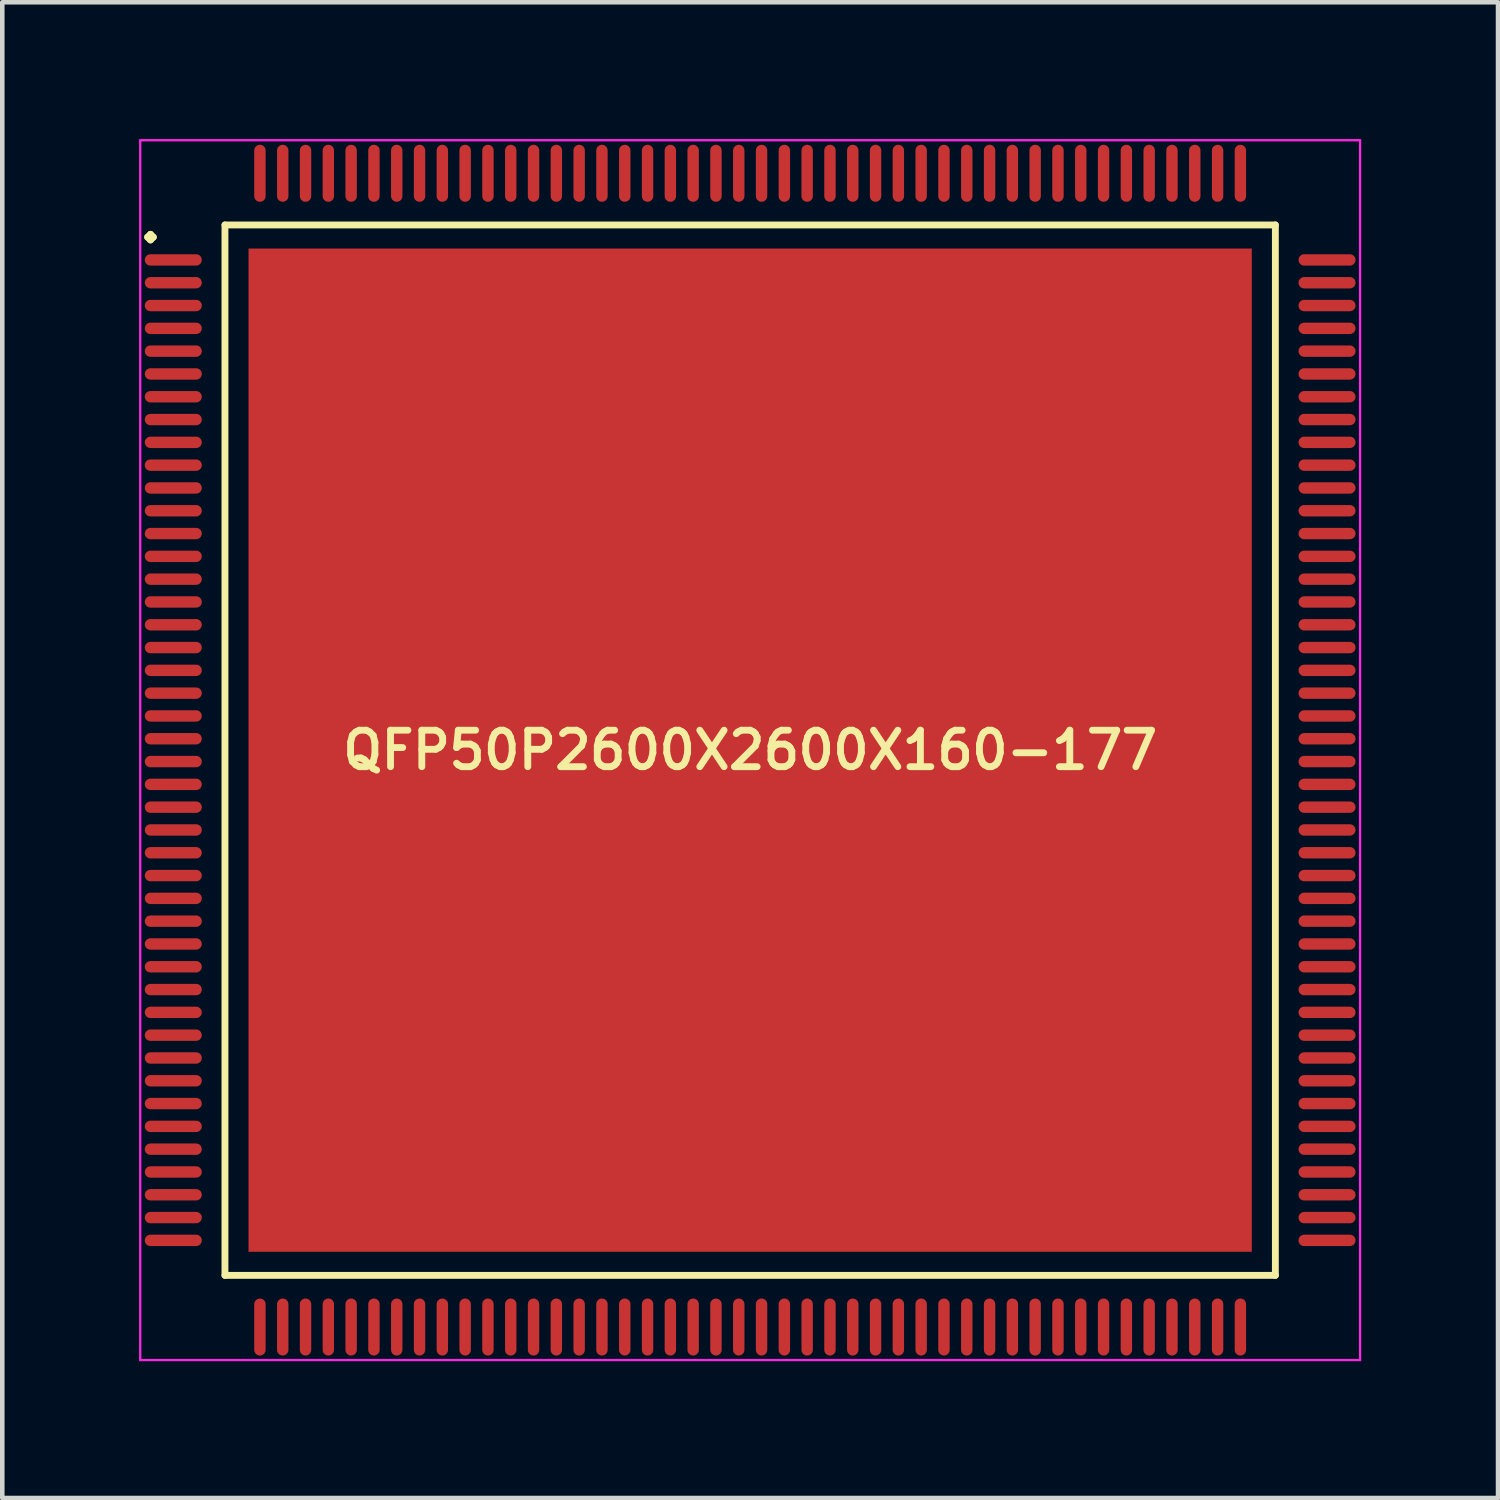
<source format=kicad_pcb>
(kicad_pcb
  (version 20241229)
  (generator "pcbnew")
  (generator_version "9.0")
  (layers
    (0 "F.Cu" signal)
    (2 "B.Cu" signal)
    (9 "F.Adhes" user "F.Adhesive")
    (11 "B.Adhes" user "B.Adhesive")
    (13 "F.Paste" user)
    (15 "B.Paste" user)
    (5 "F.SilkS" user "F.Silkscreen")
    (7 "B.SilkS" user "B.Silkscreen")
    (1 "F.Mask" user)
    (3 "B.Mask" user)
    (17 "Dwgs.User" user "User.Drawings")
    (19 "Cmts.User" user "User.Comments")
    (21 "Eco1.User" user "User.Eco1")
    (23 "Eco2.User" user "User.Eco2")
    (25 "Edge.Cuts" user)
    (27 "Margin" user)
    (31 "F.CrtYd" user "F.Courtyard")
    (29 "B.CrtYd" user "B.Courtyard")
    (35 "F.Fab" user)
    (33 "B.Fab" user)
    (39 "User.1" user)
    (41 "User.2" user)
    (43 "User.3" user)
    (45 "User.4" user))
  (footprint "QFP50P2600X2600X160-177"
    (layer "F.Cu")
    (at 13.4 13.4)
    (property "Reference" "QFP50P2600X2600X160-177" (at 0 0 0) (layer "F.SilkS") (effects (font (size 0.8 0.8) (thickness 0.15))))
    (attr smd)
    (fp_line (start -13.213 -11.25) (end -13.15 -11.312) (stroke (width 0.15) (type solid)) (layer "F.SilkS"))
    (fp_line (start -13.15 -11.312) (end -13.088 -11.25) (stroke (width 0.15) (type solid)) (layer "F.SilkS"))
    (fp_line (start -13.15 -11.188) (end -13.213 -11.25) (stroke (width 0.15) (type solid)) (layer "F.SilkS"))
    (fp_line (start -13.088 -11.25) (end -13.15 -11.188) (stroke (width 0.15) (type solid)) (layer "F.SilkS"))
    (fp_line (start -11.517 -11.517) (end -11.517 11.517) (stroke (width 0.15) (type solid)) (layer "F.SilkS"))
    (fp_line (start -11.517 11.517) (end 11.517 11.517) (stroke (width 0.15) (type solid)) (layer "F.SilkS"))
    (fp_line (start 11.517 -11.517) (end -11.517 -11.517) (stroke (width 0.15) (type solid)) (layer "F.SilkS"))
    (fp_line (start 11.517 11.517) (end 11.517 -11.517) (stroke (width 0.15) (type solid)) (layer "F.SilkS"))
    (fp_line (start -13.375 -13.375) (end 13.375 -13.375) (stroke (width 0.05) (type solid)) (layer "F.CrtYd"))
    (fp_line (start -13.375 13.375) (end -13.375 -13.375) (stroke (width 0.05) (type solid)) (layer "F.CrtYd"))
    (fp_line (start 13.375 -13.375) (end 13.375 13.375) (stroke (width 0.05) (type solid)) (layer "F.CrtYd"))
    (fp_line (start 13.375 13.375) (end -13.375 13.375) (stroke (width 0.05) (type solid)) (layer "F.CrtYd"))
    (pad "1" smd oval (at -12.65 -10.75) (size 1.25 0.25) (layers "F.Cu" "F.Mask" "F.Paste"))
    (pad "2" smd oval (at -12.65 -10.25) (size 1.25 0.25) (layers "F.Cu" "F.Mask" "F.Paste"))
    (pad "3" smd oval (at -12.65 -9.75) (size 1.25 0.25) (layers "F.Cu" "F.Mask" "F.Paste"))
    (pad "4" smd oval (at -12.65 -9.25) (size 1.25 0.25) (layers "F.Cu" "F.Mask" "F.Paste"))
    (pad "5" smd oval (at -12.65 -8.75) (size 1.25 0.25) (layers "F.Cu" "F.Mask" "F.Paste"))
    (pad "6" smd oval (at -12.65 -8.25) (size 1.25 0.25) (layers "F.Cu" "F.Mask" "F.Paste"))
    (pad "7" smd oval (at -12.65 -7.75) (size 1.25 0.25) (layers "F.Cu" "F.Mask" "F.Paste"))
    (pad "8" smd oval (at -12.65 -7.25) (size 1.25 0.25) (layers "F.Cu" "F.Mask" "F.Paste"))
    (pad "9" smd oval (at -12.65 -6.75) (size 1.25 0.25) (layers "F.Cu" "F.Mask" "F.Paste"))
    (pad "10" smd oval (at -12.65 -6.25) (size 1.25 0.25) (layers "F.Cu" "F.Mask" "F.Paste"))
    (pad "11" smd oval (at -12.65 -5.75) (size 1.25 0.25) (layers "F.Cu" "F.Mask" "F.Paste"))
    (pad "12" smd oval (at -12.65 -5.25) (size 1.25 0.25) (layers "F.Cu" "F.Mask" "F.Paste"))
    (pad "13" smd oval (at -12.65 -4.75) (size 1.25 0.25) (layers "F.Cu" "F.Mask" "F.Paste"))
    (pad "14" smd oval (at -12.65 -4.25) (size 1.25 0.25) (layers "F.Cu" "F.Mask" "F.Paste"))
    (pad "15" smd oval (at -12.65 -3.75) (size 1.25 0.25) (layers "F.Cu" "F.Mask" "F.Paste"))
    (pad "16" smd oval (at -12.65 -3.25) (size 1.25 0.25) (layers "F.Cu" "F.Mask" "F.Paste"))
    (pad "17" smd oval (at -12.65 -2.75) (size 1.25 0.25) (layers "F.Cu" "F.Mask" "F.Paste"))
    (pad "18" smd oval (at -12.65 -2.25) (size 1.25 0.25) (layers "F.Cu" "F.Mask" "F.Paste"))
    (pad "19" smd oval (at -12.65 -1.75) (size 1.25 0.25) (layers "F.Cu" "F.Mask" "F.Paste"))
    (pad "20" smd oval (at -12.65 -1.25) (size 1.25 0.25) (layers "F.Cu" "F.Mask" "F.Paste"))
    (pad "21" smd oval (at -12.65 -0.75) (size 1.25 0.25) (layers "F.Cu" "F.Mask" "F.Paste"))
    (pad "22" smd oval (at -12.65 -0.25) (size 1.25 0.25) (layers "F.Cu" "F.Mask" "F.Paste"))
    (pad "23" smd oval (at -12.65 0.25) (size 1.25 0.25) (layers "F.Cu" "F.Mask" "F.Paste"))
    (pad "24" smd oval (at -12.65 0.75) (size 1.25 0.25) (layers "F.Cu" "F.Mask" "F.Paste"))
    (pad "25" smd oval (at -12.65 1.25) (size 1.25 0.25) (layers "F.Cu" "F.Mask" "F.Paste"))
    (pad "26" smd oval (at -12.65 1.75) (size 1.25 0.25) (layers "F.Cu" "F.Mask" "F.Paste"))
    (pad "27" smd oval (at -12.65 2.25) (size 1.25 0.25) (layers "F.Cu" "F.Mask" "F.Paste"))
    (pad "28" smd oval (at -12.65 2.75) (size 1.25 0.25) (layers "F.Cu" "F.Mask" "F.Paste"))
    (pad "29" smd oval (at -12.65 3.25) (size 1.25 0.25) (layers "F.Cu" "F.Mask" "F.Paste"))
    (pad "30" smd oval (at -12.65 3.75) (size 1.25 0.25) (layers "F.Cu" "F.Mask" "F.Paste"))
    (pad "31" smd oval (at -12.65 4.25) (size 1.25 0.25) (layers "F.Cu" "F.Mask" "F.Paste"))
    (pad "32" smd oval (at -12.65 4.75) (size 1.25 0.25) (layers "F.Cu" "F.Mask" "F.Paste"))
    (pad "33" smd oval (at -12.65 5.25) (size 1.25 0.25) (layers "F.Cu" "F.Mask" "F.Paste"))
    (pad "34" smd oval (at -12.65 5.75) (size 1.25 0.25) (layers "F.Cu" "F.Mask" "F.Paste"))
    (pad "35" smd oval (at -12.65 6.25) (size 1.25 0.25) (layers "F.Cu" "F.Mask" "F.Paste"))
    (pad "36" smd oval (at -12.65 6.75) (size 1.25 0.25) (layers "F.Cu" "F.Mask" "F.Paste"))
    (pad "37" smd oval (at -12.65 7.25) (size 1.25 0.25) (layers "F.Cu" "F.Mask" "F.Paste"))
    (pad "38" smd oval (at -12.65 7.75) (size 1.25 0.25) (layers "F.Cu" "F.Mask" "F.Paste"))
    (pad "39" smd oval (at -12.65 8.25) (size 1.25 0.25) (layers "F.Cu" "F.Mask" "F.Paste"))
    (pad "40" smd oval (at -12.65 8.75) (size 1.25 0.25) (layers "F.Cu" "F.Mask" "F.Paste"))
    (pad "41" smd oval (at -12.65 9.25) (size 1.25 0.25) (layers "F.Cu" "F.Mask" "F.Paste"))
    (pad "42" smd oval (at -12.65 9.75) (size 1.25 0.25) (layers "F.Cu" "F.Mask" "F.Paste"))
    (pad "43" smd oval (at -12.65 10.25) (size 1.25 0.25) (layers "F.Cu" "F.Mask" "F.Paste"))
    (pad "44" smd oval (at -12.65 10.75) (size 1.25 0.25) (layers "F.Cu" "F.Mask" "F.Paste"))
    (pad "45" smd oval (at -10.75 12.65) (size 0.25 1.25) (layers "F.Cu" "F.Mask" "F.Paste"))
    (pad "46" smd oval (at -10.25 12.65) (size 0.25 1.25) (layers "F.Cu" "F.Mask" "F.Paste"))
    (pad "47" smd oval (at -9.75 12.65) (size 0.25 1.25) (layers "F.Cu" "F.Mask" "F.Paste"))
    (pad "48" smd oval (at -9.25 12.65) (size 0.25 1.25) (layers "F.Cu" "F.Mask" "F.Paste"))
    (pad "49" smd oval (at -8.75 12.65) (size 0.25 1.25) (layers "F.Cu" "F.Mask" "F.Paste"))
    (pad "50" smd oval (at -8.25 12.65) (size 0.25 1.25) (layers "F.Cu" "F.Mask" "F.Paste"))
    (pad "51" smd oval (at -7.75 12.65) (size 0.25 1.25) (layers "F.Cu" "F.Mask" "F.Paste"))
    (pad "52" smd oval (at -7.25 12.65) (size 0.25 1.25) (layers "F.Cu" "F.Mask" "F.Paste"))
    (pad "53" smd oval (at -6.75 12.65) (size 0.25 1.25) (layers "F.Cu" "F.Mask" "F.Paste"))
    (pad "54" smd oval (at -6.25 12.65) (size 0.25 1.25) (layers "F.Cu" "F.Mask" "F.Paste"))
    (pad "55" smd oval (at -5.75 12.65) (size 0.25 1.25) (layers "F.Cu" "F.Mask" "F.Paste"))
    (pad "56" smd oval (at -5.25 12.65) (size 0.25 1.25) (layers "F.Cu" "F.Mask" "F.Paste"))
    (pad "57" smd oval (at -4.75 12.65) (size 0.25 1.25) (layers "F.Cu" "F.Mask" "F.Paste"))
    (pad "58" smd oval (at -4.25 12.65) (size 0.25 1.25) (layers "F.Cu" "F.Mask" "F.Paste"))
    (pad "59" smd oval (at -3.75 12.65) (size 0.25 1.25) (layers "F.Cu" "F.Mask" "F.Paste"))
    (pad "60" smd oval (at -3.25 12.65) (size 0.25 1.25) (layers "F.Cu" "F.Mask" "F.Paste"))
    (pad "61" smd oval (at -2.75 12.65) (size 0.25 1.25) (layers "F.Cu" "F.Mask" "F.Paste"))
    (pad "62" smd oval (at -2.25 12.65) (size 0.25 1.25) (layers "F.Cu" "F.Mask" "F.Paste"))
    (pad "63" smd oval (at -1.75 12.65) (size 0.25 1.25) (layers "F.Cu" "F.Mask" "F.Paste"))
    (pad "64" smd oval (at -1.25 12.65) (size 0.25 1.25) (layers "F.Cu" "F.Mask" "F.Paste"))
    (pad "65" smd oval (at -0.75 12.65) (size 0.25 1.25) (layers "F.Cu" "F.Mask" "F.Paste"))
    (pad "66" smd oval (at -0.25 12.65) (size 0.25 1.25) (layers "F.Cu" "F.Mask" "F.Paste"))
    (pad "67" smd oval (at 0.25 12.65) (size 0.25 1.25) (layers "F.Cu" "F.Mask" "F.Paste"))
    (pad "68" smd oval (at 0.75 12.65) (size 0.25 1.25) (layers "F.Cu" "F.Mask" "F.Paste"))
    (pad "69" smd oval (at 1.25 12.65) (size 0.25 1.25) (layers "F.Cu" "F.Mask" "F.Paste"))
    (pad "70" smd oval (at 1.75 12.65) (size 0.25 1.25) (layers "F.Cu" "F.Mask" "F.Paste"))
    (pad "71" smd oval (at 2.25 12.65) (size 0.25 1.25) (layers "F.Cu" "F.Mask" "F.Paste"))
    (pad "72" smd oval (at 2.75 12.65) (size 0.25 1.25) (layers "F.Cu" "F.Mask" "F.Paste"))
    (pad "73" smd oval (at 3.25 12.65) (size 0.25 1.25) (layers "F.Cu" "F.Mask" "F.Paste"))
    (pad "74" smd oval (at 3.75 12.65) (size 0.25 1.25) (layers "F.Cu" "F.Mask" "F.Paste"))
    (pad "75" smd oval (at 4.25 12.65) (size 0.25 1.25) (layers "F.Cu" "F.Mask" "F.Paste"))
    (pad "76" smd oval (at 4.75 12.65) (size 0.25 1.25) (layers "F.Cu" "F.Mask" "F.Paste"))
    (pad "77" smd oval (at 5.25 12.65) (size 0.25 1.25) (layers "F.Cu" "F.Mask" "F.Paste"))
    (pad "78" smd oval (at 5.75 12.65) (size 0.25 1.25) (layers "F.Cu" "F.Mask" "F.Paste"))
    (pad "79" smd oval (at 6.25 12.65) (size 0.25 1.25) (layers "F.Cu" "F.Mask" "F.Paste"))
    (pad "80" smd oval (at 6.75 12.65) (size 0.25 1.25) (layers "F.Cu" "F.Mask" "F.Paste"))
    (pad "81" smd oval (at 7.25 12.65) (size 0.25 1.25) (layers "F.Cu" "F.Mask" "F.Paste"))
    (pad "82" smd oval (at 7.75 12.65) (size 0.25 1.25) (layers "F.Cu" "F.Mask" "F.Paste"))
    (pad "83" smd oval (at 8.25 12.65) (size 0.25 1.25) (layers "F.Cu" "F.Mask" "F.Paste"))
    (pad "84" smd oval (at 8.75 12.65) (size 0.25 1.25) (layers "F.Cu" "F.Mask" "F.Paste"))
    (pad "85" smd oval (at 9.25 12.65) (size 0.25 1.25) (layers "F.Cu" "F.Mask" "F.Paste"))
    (pad "86" smd oval (at 9.75 12.65) (size 0.25 1.25) (layers "F.Cu" "F.Mask" "F.Paste"))
    (pad "87" smd oval (at 10.25 12.65) (size 0.25 1.25) (layers "F.Cu" "F.Mask" "F.Paste"))
    (pad "88" smd oval (at 10.75 12.65) (size 0.25 1.25) (layers "F.Cu" "F.Mask" "F.Paste"))
    (pad "89" smd oval (at 12.65 10.75) (size 1.25 0.25) (layers "F.Cu" "F.Mask" "F.Paste"))
    (pad "90" smd oval (at 12.65 10.25) (size 1.25 0.25) (layers "F.Cu" "F.Mask" "F.Paste"))
    (pad "91" smd oval (at 12.65 9.75) (size 1.25 0.25) (layers "F.Cu" "F.Mask" "F.Paste"))
    (pad "92" smd oval (at 12.65 9.25) (size 1.25 0.25) (layers "F.Cu" "F.Mask" "F.Paste"))
    (pad "93" smd oval (at 12.65 8.75) (size 1.25 0.25) (layers "F.Cu" "F.Mask" "F.Paste"))
    (pad "94" smd oval (at 12.65 8.25) (size 1.25 0.25) (layers "F.Cu" "F.Mask" "F.Paste"))
    (pad "95" smd oval (at 12.65 7.75) (size 1.25 0.25) (layers "F.Cu" "F.Mask" "F.Paste"))
    (pad "96" smd oval (at 12.65 7.25) (size 1.25 0.25) (layers "F.Cu" "F.Mask" "F.Paste"))
    (pad "97" smd oval (at 12.65 6.75) (size 1.25 0.25) (layers "F.Cu" "F.Mask" "F.Paste"))
    (pad "98" smd oval (at 12.65 6.25) (size 1.25 0.25) (layers "F.Cu" "F.Mask" "F.Paste"))
    (pad "99" smd oval (at 12.65 5.75) (size 1.25 0.25) (layers "F.Cu" "F.Mask" "F.Paste"))
    (pad "100" smd oval (at 12.65 5.25) (size 1.25 0.25) (layers "F.Cu" "F.Mask" "F.Paste"))
    (pad "101" smd oval (at 12.65 4.75) (size 1.25 0.25) (layers "F.Cu" "F.Mask" "F.Paste"))
    (pad "102" smd oval (at 12.65 4.25) (size 1.25 0.25) (layers "F.Cu" "F.Mask" "F.Paste"))
    (pad "103" smd oval (at 12.65 3.75) (size 1.25 0.25) (layers "F.Cu" "F.Mask" "F.Paste"))
    (pad "104" smd oval (at 12.65 3.25) (size 1.25 0.25) (layers "F.Cu" "F.Mask" "F.Paste"))
    (pad "105" smd oval (at 12.65 2.75) (size 1.25 0.25) (layers "F.Cu" "F.Mask" "F.Paste"))
    (pad "106" smd oval (at 12.65 2.25) (size 1.25 0.25) (layers "F.Cu" "F.Mask" "F.Paste"))
    (pad "107" smd oval (at 12.65 1.75) (size 1.25 0.25) (layers "F.Cu" "F.Mask" "F.Paste"))
    (pad "108" smd oval (at 12.65 1.25) (size 1.25 0.25) (layers "F.Cu" "F.Mask" "F.Paste"))
    (pad "109" smd oval (at 12.65 0.75) (size 1.25 0.25) (layers "F.Cu" "F.Mask" "F.Paste"))
    (pad "110" smd oval (at 12.65 0.25) (size 1.25 0.25) (layers "F.Cu" "F.Mask" "F.Paste"))
    (pad "111" smd oval (at 12.65 -0.25) (size 1.25 0.25) (layers "F.Cu" "F.Mask" "F.Paste"))
    (pad "112" smd oval (at 12.65 -0.75) (size 1.25 0.25) (layers "F.Cu" "F.Mask" "F.Paste"))
    (pad "113" smd oval (at 12.65 -1.25) (size 1.25 0.25) (layers "F.Cu" "F.Mask" "F.Paste"))
    (pad "114" smd oval (at 12.65 -1.75) (size 1.25 0.25) (layers "F.Cu" "F.Mask" "F.Paste"))
    (pad "115" smd oval (at 12.65 -2.25) (size 1.25 0.25) (layers "F.Cu" "F.Mask" "F.Paste"))
    (pad "116" smd oval (at 12.65 -2.75) (size 1.25 0.25) (layers "F.Cu" "F.Mask" "F.Paste"))
    (pad "117" smd oval (at 12.65 -3.25) (size 1.25 0.25) (layers "F.Cu" "F.Mask" "F.Paste"))
    (pad "118" smd oval (at 12.65 -3.75) (size 1.25 0.25) (layers "F.Cu" "F.Mask" "F.Paste"))
    (pad "119" smd oval (at 12.65 -4.25) (size 1.25 0.25) (layers "F.Cu" "F.Mask" "F.Paste"))
    (pad "120" smd oval (at 12.65 -4.75) (size 1.25 0.25) (layers "F.Cu" "F.Mask" "F.Paste"))
    (pad "121" smd oval (at 12.65 -5.25) (size 1.25 0.25) (layers "F.Cu" "F.Mask" "F.Paste"))
    (pad "122" smd oval (at 12.65 -5.75) (size 1.25 0.25) (layers "F.Cu" "F.Mask" "F.Paste"))
    (pad "123" smd oval (at 12.65 -6.25) (size 1.25 0.25) (layers "F.Cu" "F.Mask" "F.Paste"))
    (pad "124" smd oval (at 12.65 -6.75) (size 1.25 0.25) (layers "F.Cu" "F.Mask" "F.Paste"))
    (pad "125" smd oval (at 12.65 -7.25) (size 1.25 0.25) (layers "F.Cu" "F.Mask" "F.Paste"))
    (pad "126" smd oval (at 12.65 -7.75) (size 1.25 0.25) (layers "F.Cu" "F.Mask" "F.Paste"))
    (pad "127" smd oval (at 12.65 -8.25) (size 1.25 0.25) (layers "F.Cu" "F.Mask" "F.Paste"))
    (pad "128" smd oval (at 12.65 -8.75) (size 1.25 0.25) (layers "F.Cu" "F.Mask" "F.Paste"))
    (pad "129" smd oval (at 12.65 -9.25) (size 1.25 0.25) (layers "F.Cu" "F.Mask" "F.Paste"))
    (pad "130" smd oval (at 12.65 -9.75) (size 1.25 0.25) (layers "F.Cu" "F.Mask" "F.Paste"))
    (pad "131" smd oval (at 12.65 -10.25) (size 1.25 0.25) (layers "F.Cu" "F.Mask" "F.Paste"))
    (pad "132" smd oval (at 12.65 -10.75) (size 1.25 0.25) (layers "F.Cu" "F.Mask" "F.Paste"))
    (pad "133" smd oval (at 10.75 -12.65) (size 0.25 1.25) (layers "F.Cu" "F.Mask" "F.Paste"))
    (pad "134" smd oval (at 10.25 -12.65) (size 0.25 1.25) (layers "F.Cu" "F.Mask" "F.Paste"))
    (pad "135" smd oval (at 9.75 -12.65) (size 0.25 1.25) (layers "F.Cu" "F.Mask" "F.Paste"))
    (pad "136" smd oval (at 9.25 -12.65) (size 0.25 1.25) (layers "F.Cu" "F.Mask" "F.Paste"))
    (pad "137" smd oval (at 8.75 -12.65) (size 0.25 1.25) (layers "F.Cu" "F.Mask" "F.Paste"))
    (pad "138" smd oval (at 8.25 -12.65) (size 0.25 1.25) (layers "F.Cu" "F.Mask" "F.Paste"))
    (pad "139" smd oval (at 7.75 -12.65) (size 0.25 1.25) (layers "F.Cu" "F.Mask" "F.Paste"))
    (pad "140" smd oval (at 7.25 -12.65) (size 0.25 1.25) (layers "F.Cu" "F.Mask" "F.Paste"))
    (pad "141" smd oval (at 6.75 -12.65) (size 0.25 1.25) (layers "F.Cu" "F.Mask" "F.Paste"))
    (pad "142" smd oval (at 6.25 -12.65) (size 0.25 1.25) (layers "F.Cu" "F.Mask" "F.Paste"))
    (pad "143" smd oval (at 5.75 -12.65) (size 0.25 1.25) (layers "F.Cu" "F.Mask" "F.Paste"))
    (pad "144" smd oval (at 5.25 -12.65) (size 0.25 1.25) (layers "F.Cu" "F.Mask" "F.Paste"))
    (pad "145" smd oval (at 4.75 -12.65) (size 0.25 1.25) (layers "F.Cu" "F.Mask" "F.Paste"))
    (pad "146" smd oval (at 4.25 -12.65) (size 0.25 1.25) (layers "F.Cu" "F.Mask" "F.Paste"))
    (pad "147" smd oval (at 3.75 -12.65) (size 0.25 1.25) (layers "F.Cu" "F.Mask" "F.Paste"))
    (pad "148" smd oval (at 3.25 -12.65) (size 0.25 1.25) (layers "F.Cu" "F.Mask" "F.Paste"))
    (pad "149" smd oval (at 2.75 -12.65) (size 0.25 1.25) (layers "F.Cu" "F.Mask" "F.Paste"))
    (pad "150" smd oval (at 2.25 -12.65) (size 0.25 1.25) (layers "F.Cu" "F.Mask" "F.Paste"))
    (pad "151" smd oval (at 1.75 -12.65) (size 0.25 1.25) (layers "F.Cu" "F.Mask" "F.Paste"))
    (pad "152" smd oval (at 1.25 -12.65) (size 0.25 1.25) (layers "F.Cu" "F.Mask" "F.Paste"))
    (pad "153" smd oval (at 0.75 -12.65) (size 0.25 1.25) (layers "F.Cu" "F.Mask" "F.Paste"))
    (pad "154" smd oval (at 0.25 -12.65) (size 0.25 1.25) (layers "F.Cu" "F.Mask" "F.Paste"))
    (pad "155" smd oval (at -0.25 -12.65) (size 0.25 1.25) (layers "F.Cu" "F.Mask" "F.Paste"))
    (pad "156" smd oval (at -0.75 -12.65) (size 0.25 1.25) (layers "F.Cu" "F.Mask" "F.Paste"))
    (pad "157" smd oval (at -1.25 -12.65) (size 0.25 1.25) (layers "F.Cu" "F.Mask" "F.Paste"))
    (pad "158" smd oval (at -1.75 -12.65) (size 0.25 1.25) (layers "F.Cu" "F.Mask" "F.Paste"))
    (pad "159" smd oval (at -2.25 -12.65) (size 0.25 1.25) (layers "F.Cu" "F.Mask" "F.Paste"))
    (pad "160" smd oval (at -2.75 -12.65) (size 0.25 1.25) (layers "F.Cu" "F.Mask" "F.Paste"))
    (pad "161" smd oval (at -3.25 -12.65) (size 0.25 1.25) (layers "F.Cu" "F.Mask" "F.Paste"))
    (pad "162" smd oval (at -3.75 -12.65) (size 0.25 1.25) (layers "F.Cu" "F.Mask" "F.Paste"))
    (pad "163" smd oval (at -4.25 -12.65) (size 0.25 1.25) (layers "F.Cu" "F.Mask" "F.Paste"))
    (pad "164" smd oval (at -4.75 -12.65) (size 0.25 1.25) (layers "F.Cu" "F.Mask" "F.Paste"))
    (pad "165" smd oval (at -5.25 -12.65) (size 0.25 1.25) (layers "F.Cu" "F.Mask" "F.Paste"))
    (pad "166" smd oval (at -5.75 -12.65) (size 0.25 1.25) (layers "F.Cu" "F.Mask" "F.Paste"))
    (pad "167" smd oval (at -6.25 -12.65) (size 0.25 1.25) (layers "F.Cu" "F.Mask" "F.Paste"))
    (pad "168" smd oval (at -6.75 -12.65) (size 0.25 1.25) (layers "F.Cu" "F.Mask" "F.Paste"))
    (pad "169" smd oval (at -7.25 -12.65) (size 0.25 1.25) (layers "F.Cu" "F.Mask" "F.Paste"))
    (pad "170" smd oval (at -7.75 -12.65) (size 0.25 1.25) (layers "F.Cu" "F.Mask" "F.Paste"))
    (pad "171" smd oval (at -8.25 -12.65) (size 0.25 1.25) (layers "F.Cu" "F.Mask" "F.Paste"))
    (pad "172" smd oval (at -8.75 -12.65) (size 0.25 1.25) (layers "F.Cu" "F.Mask" "F.Paste"))
    (pad "173" smd oval (at -9.25 -12.65) (size 0.25 1.25) (layers "F.Cu" "F.Mask" "F.Paste"))
    (pad "174" smd oval (at -9.75 -12.65) (size 0.25 1.25) (layers "F.Cu" "F.Mask" "F.Paste"))
    (pad "175" smd oval (at -10.25 -12.65) (size 0.25 1.25) (layers "F.Cu" "F.Mask" "F.Paste"))
    (pad "176" smd oval (at -10.75 -12.65) (size 0.25 1.25) (layers "F.Cu" "F.Mask" "F.Paste"))
    (pad "177" smd rect (at 0 0) (size 22 22) (layers "F.Cu" "F.Mask" "F.Paste")))
  (gr_rect
    (start -3 -3)
    (end 29.8 29.8)
    (stroke (width 0.1) (type default))
    (fill no)
    (layer "Edge.Cuts")))
</source>
